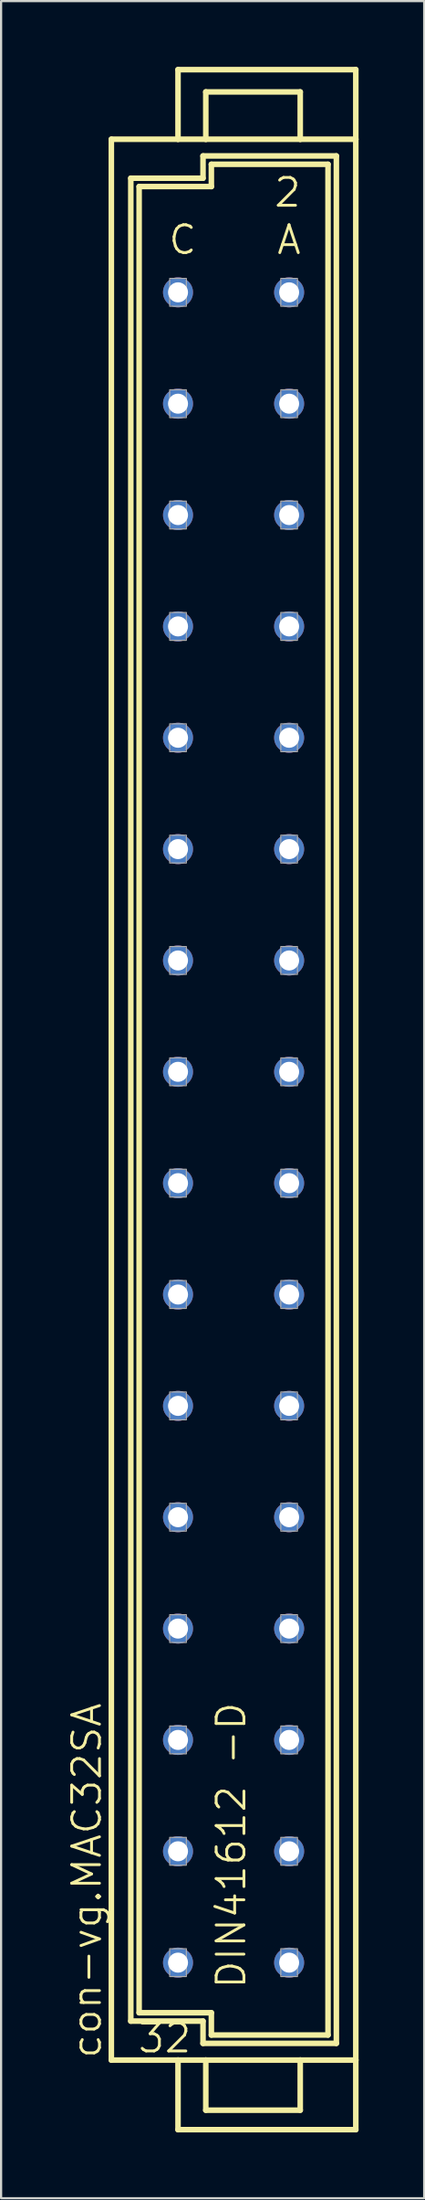
<source format=kicad_pcb>
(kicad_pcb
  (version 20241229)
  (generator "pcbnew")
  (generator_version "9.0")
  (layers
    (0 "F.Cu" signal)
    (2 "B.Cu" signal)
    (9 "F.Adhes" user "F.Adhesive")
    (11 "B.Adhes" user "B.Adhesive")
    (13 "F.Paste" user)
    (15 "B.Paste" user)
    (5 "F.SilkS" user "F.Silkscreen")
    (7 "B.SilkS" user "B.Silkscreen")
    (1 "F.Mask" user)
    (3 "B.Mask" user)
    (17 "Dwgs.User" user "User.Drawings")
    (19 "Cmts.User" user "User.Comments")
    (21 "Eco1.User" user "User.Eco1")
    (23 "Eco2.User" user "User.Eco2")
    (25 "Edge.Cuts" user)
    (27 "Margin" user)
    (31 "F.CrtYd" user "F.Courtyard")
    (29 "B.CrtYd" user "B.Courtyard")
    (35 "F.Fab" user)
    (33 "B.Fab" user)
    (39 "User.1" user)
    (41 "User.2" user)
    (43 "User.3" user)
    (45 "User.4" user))
  (footprint "con-vg.MAC32SA"
    (layer "F.Cu")
    (at 7.629 47.117)
    (property "Reference" "con-vg.MAC32SA" (at -5.969 43.815 90) (layer "F.SilkS") (effects (font (size 1.27 1.27) (thickness 0.13)) (justify left bottom)))
    (attr through_hole)
    (fp_line (start -5.588 -43.815) (end -2.54 -43.815) (stroke (width 0.254) (type default)) (layer "F.SilkS"))
    (fp_line (start -5.588 43.815) (end -5.588 -43.815) (stroke (width 0.254) (type default)) (layer "F.SilkS"))
    (fp_line (start -5.588 43.815) (end -2.54 43.815) (stroke (width 0.254) (type default)) (layer "F.SilkS"))
    (fp_line (start -4.699 -42.037) (end -4.699 42.037) (stroke (width 0.254) (type default)) (layer "F.SilkS"))
    (fp_line (start -4.699 42.037) (end -1.397 42.037) (stroke (width 0.254) (type default)) (layer "F.SilkS"))
    (fp_line (start -4.318 -41.656) (end -4.318 41.656) (stroke (width 0.254) (type default)) (layer "F.SilkS"))
    (fp_line (start -4.318 -41.656) (end -1.016 -41.656) (stroke (width 0.254) (type default)) (layer "F.SilkS"))
    (fp_line (start -4.318 41.656) (end -1.016 41.656) (stroke (width 0.254) (type default)) (layer "F.SilkS"))
    (fp_line (start -2.54 -46.99) (end -2.54 -43.815) (stroke (width 0.254) (type default)) (layer "F.SilkS"))
    (fp_line (start -2.54 -43.815) (end -1.27 -43.815) (stroke (width 0.254) (type default)) (layer "F.SilkS"))
    (fp_line (start -2.54 43.815) (end -2.54 46.99) (stroke (width 0.254) (type default)) (layer "F.SilkS"))
    (fp_line (start -2.54 43.815) (end -1.27 43.815) (stroke (width 0.254) (type default)) (layer "F.SilkS"))
    (fp_line (start -2.54 46.99) (end 5.588 46.99) (stroke (width 0.254) (type default)) (layer "F.SilkS"))
    (fp_line (start -1.397 -43.053) (end -1.397 -42.037) (stroke (width 0.254) (type default)) (layer "F.SilkS"))
    (fp_line (start -1.397 -42.037) (end -4.699 -42.037) (stroke (width 0.254) (type default)) (layer "F.SilkS"))
    (fp_line (start -1.397 42.037) (end -1.397 43.053) (stroke (width 0.254) (type default)) (layer "F.SilkS"))
    (fp_line (start -1.397 43.053) (end 4.699 43.053) (stroke (width 0.254) (type default)) (layer "F.SilkS"))
    (fp_line (start -1.27 -45.974) (end -1.27 -43.815) (stroke (width 0.254) (type default)) (layer "F.SilkS"))
    (fp_line (start -1.27 -45.974) (end 3.048 -45.974) (stroke (width 0.254) (type default)) (layer "F.SilkS"))
    (fp_line (start -1.27 -43.815) (end 3.048 -43.815) (stroke (width 0.254) (type default)) (layer "F.SilkS"))
    (fp_line (start -1.27 43.815) (end -1.27 46.101) (stroke (width 0.254) (type default)) (layer "F.SilkS"))
    (fp_line (start -1.27 43.815) (end 3.048 43.815) (stroke (width 0.254) (type default)) (layer "F.SilkS"))
    (fp_line (start -1.27 46.101) (end 3.048 46.101) (stroke (width 0.254) (type default)) (layer "F.SilkS"))
    (fp_line (start -1.016 -42.672) (end 4.318 -42.672) (stroke (width 0.254) (type default)) (layer "F.SilkS"))
    (fp_line (start -1.016 -41.656) (end -1.016 -42.672) (stroke (width 0.254) (type default)) (layer "F.SilkS"))
    (fp_line (start -1.016 41.656) (end -1.016 42.672) (stroke (width 0.254) (type default)) (layer "F.SilkS"))
    (fp_line (start -1.016 42.672) (end 4.318 42.672) (stroke (width 0.254) (type default)) (layer "F.SilkS"))
    (fp_line (start 3.048 -45.974) (end 3.048 -43.815) (stroke (width 0.254) (type default)) (layer "F.SilkS"))
    (fp_line (start 3.048 -43.815) (end 5.588 -43.815) (stroke (width 0.254) (type default)) (layer "F.SilkS"))
    (fp_line (start 3.048 43.815) (end 3.048 46.101) (stroke (width 0.254) (type default)) (layer "F.SilkS"))
    (fp_line (start 3.048 43.815) (end 5.588 43.815) (stroke (width 0.254) (type default)) (layer "F.SilkS"))
    (fp_line (start 4.318 -42.672) (end 4.318 42.672) (stroke (width 0.254) (type default)) (layer "F.SilkS"))
    (fp_line (start 4.699 -43.053) (end -1.397 -43.053) (stroke (width 0.254) (type default)) (layer "F.SilkS"))
    (fp_line (start 4.699 43.053) (end 4.699 -43.053) (stroke (width 0.254) (type default)) (layer "F.SilkS"))
    (fp_line (start 5.588 -46.99) (end -2.54 -46.99) (stroke (width 0.254) (type default)) (layer "F.SilkS"))
    (fp_line (start 5.588 -43.815) (end 5.588 -46.99) (stroke (width 0.254) (type default)) (layer "F.SilkS"))
    (fp_line (start 5.588 43.815) (end 5.588 -43.815) (stroke (width 0.254) (type default)) (layer "F.SilkS"))
    (fp_line (start 5.588 46.99) (end 5.588 43.815) (stroke (width 0.254) (type default)) (layer "F.SilkS"))
    (fp_rect (start -2.921 -36.195) (end -2.159 -37.465) (stroke (width 0.05) (type default)) (fill no) (layer "F.Fab"))
    (fp_rect (start -2.921 -31.115) (end -2.159 -32.385) (stroke (width 0.05) (type default)) (fill no) (layer "F.Fab"))
    (fp_rect (start -2.921 -26.035) (end -2.159 -27.305) (stroke (width 0.05) (type default)) (fill no) (layer "F.Fab"))
    (fp_rect (start -2.921 -20.955) (end -2.159 -22.225) (stroke (width 0.05) (type default)) (fill no) (layer "F.Fab"))
    (fp_rect (start -2.921 -15.875) (end -2.159 -17.145) (stroke (width 0.05) (type default)) (fill no) (layer "F.Fab"))
    (fp_rect (start -2.921 -10.795) (end -2.159 -12.065) (stroke (width 0.05) (type default)) (fill no) (layer "F.Fab"))
    (fp_rect (start -2.921 -5.715) (end -2.159 -6.985) (stroke (width 0.05) (type default)) (fill no) (layer "F.Fab"))
    (fp_rect (start -2.921 -0.635) (end -2.159 -1.905) (stroke (width 0.05) (type default)) (fill no) (layer "F.Fab"))
    (fp_rect (start -2.921 4.445) (end -2.159 3.175) (stroke (width 0.05) (type default)) (fill no) (layer "F.Fab"))
    (fp_rect (start -2.921 9.525) (end -2.159 8.255) (stroke (width 0.05) (type default)) (fill no) (layer "F.Fab"))
    (fp_rect (start -2.921 14.605) (end -2.159 13.335) (stroke (width 0.05) (type default)) (fill no) (layer "F.Fab"))
    (fp_rect (start -2.921 19.685) (end -2.159 18.415) (stroke (width 0.05) (type default)) (fill no) (layer "F.Fab"))
    (fp_rect (start -2.921 24.765) (end -2.159 23.495) (stroke (width 0.05) (type default)) (fill no) (layer "F.Fab"))
    (fp_rect (start -2.921 29.845) (end -2.159 28.575) (stroke (width 0.05) (type default)) (fill no) (layer "F.Fab"))
    (fp_rect (start -2.921 34.925) (end -2.159 33.655) (stroke (width 0.05) (type default)) (fill no) (layer "F.Fab"))
    (fp_rect (start -2.921 40.005) (end -2.159 38.735) (stroke (width 0.05) (type default)) (fill no) (layer "F.Fab"))
    (fp_rect (start 2.159 -36.195) (end 2.921 -37.465) (stroke (width 0.05) (type default)) (fill no) (layer "F.Fab"))
    (fp_rect (start 2.159 -31.115) (end 2.921 -32.385) (stroke (width 0.05) (type default)) (fill no) (layer "F.Fab"))
    (fp_rect (start 2.159 -26.035) (end 2.921 -27.305) (stroke (width 0.05) (type default)) (fill no) (layer "F.Fab"))
    (fp_rect (start 2.159 -20.955) (end 2.921 -22.225) (stroke (width 0.05) (type default)) (fill no) (layer "F.Fab"))
    (fp_rect (start 2.159 -15.875) (end 2.921 -17.145) (stroke (width 0.05) (type default)) (fill no) (layer "F.Fab"))
    (fp_rect (start 2.159 -10.795) (end 2.921 -12.065) (stroke (width 0.05) (type default)) (fill no) (layer "F.Fab"))
    (fp_rect (start 2.159 -5.715) (end 2.921 -6.985) (stroke (width 0.05) (type default)) (fill no) (layer "F.Fab"))
    (fp_rect (start 2.159 -0.635) (end 2.921 -1.905) (stroke (width 0.05) (type default)) (fill no) (layer "F.Fab"))
    (fp_rect (start 2.159 4.445) (end 2.921 3.175) (stroke (width 0.05) (type default)) (fill no) (layer "F.Fab"))
    (fp_rect (start 2.159 9.525) (end 2.921 8.255) (stroke (width 0.05) (type default)) (fill no) (layer "F.Fab"))
    (fp_rect (start 2.159 14.605) (end 2.921 13.335) (stroke (width 0.05) (type default)) (fill no) (layer "F.Fab"))
    (fp_rect (start 2.159 19.685) (end 2.921 18.415) (stroke (width 0.05) (type default)) (fill no) (layer "F.Fab"))
    (fp_rect (start 2.159 24.765) (end 2.921 23.495) (stroke (width 0.05) (type default)) (fill no) (layer "F.Fab"))
    (fp_rect (start 2.159 29.845) (end 2.921 28.575) (stroke (width 0.05) (type default)) (fill no) (layer "F.Fab"))
    (fp_rect (start 2.159 34.925) (end 2.921 33.655) (stroke (width 0.05) (type default)) (fill no) (layer "F.Fab"))
    (fp_rect (start 2.159 40.005) (end 2.921 38.735) (stroke (width 0.05) (type default)) (fill no) (layer "F.Fab"))
    (fp_text user "C" (at -3.048 -38.481 0) (layer "F.SilkS") (effects (font (size 1.27 1.27) (thickness 0.13)) (justify left bottom)))
    (fp_text user "DIN41612 -D" (at 0.635 40.64 90) (layer "F.SilkS") (effects (font (size 1.27 1.27) (thickness 0.13)) (justify left bottom)))
    (fp_text user "2" (at 1.778 -40.64 0) (layer "F.SilkS") (effects (font (size 1.27 1.27) (thickness 0.13)) (justify left bottom)))
    (fp_text user "32" (at -4.445 43.561 0) (layer "F.SilkS") (effects (font (size 1.27 1.27) (thickness 0.13)) (justify left bottom)))
    (fp_text user "A" (at 1.905 -38.481 0) (layer "F.SilkS") (effects (font (size 1.27 1.27) (thickness 0.13)) (justify left bottom)))
    (pad "A2" thru_hole circle (at 2.54 -36.83) (size 1.372 1.372) (drill 0.914) (layers "*.Cu" "*.Mask"))
    (pad "A4" thru_hole circle (at 2.54 -31.75) (size 1.372 1.372) (drill 0.914) (layers "*.Cu" "*.Mask"))
    (pad "A6" thru_hole circle (at 2.54 -26.67) (size 1.372 1.372) (drill 0.914) (layers "*.Cu" "*.Mask"))
    (pad "A8" thru_hole circle (at 2.54 -21.59) (size 1.372 1.372) (drill 0.914) (layers "*.Cu" "*.Mask"))
    (pad "A10" thru_hole circle (at 2.54 -16.51) (size 1.372 1.372) (drill 0.914) (layers "*.Cu" "*.Mask"))
    (pad "A12" thru_hole circle (at 2.54 -11.43) (size 1.372 1.372) (drill 0.914) (layers "*.Cu" "*.Mask"))
    (pad "A14" thru_hole circle (at 2.54 -6.35) (size 1.372 1.372) (drill 0.914) (layers "*.Cu" "*.Mask"))
    (pad "A16" thru_hole circle (at 2.54 -1.27) (size 1.372 1.372) (drill 0.914) (layers "*.Cu" "*.Mask"))
    (pad "A18" thru_hole circle (at 2.54 3.81) (size 1.372 1.372) (drill 0.914) (layers "*.Cu" "*.Mask"))
    (pad "A20" thru_hole circle (at 2.54 8.89) (size 1.372 1.372) (drill 0.914) (layers "*.Cu" "*.Mask"))
    (pad "A22" thru_hole circle (at 2.54 13.97) (size 1.372 1.372) (drill 0.914) (layers "*.Cu" "*.Mask"))
    (pad "A24" thru_hole circle (at 2.54 19.05) (size 1.372 1.372) (drill 0.914) (layers "*.Cu" "*.Mask"))
    (pad "A26" thru_hole circle (at 2.54 24.13) (size 1.372 1.372) (drill 0.914) (layers "*.Cu" "*.Mask"))
    (pad "A28" thru_hole circle (at 2.54 29.21) (size 1.372 1.372) (drill 0.914) (layers "*.Cu" "*.Mask"))
    (pad "A30" thru_hole circle (at 2.54 34.29) (size 1.372 1.372) (drill 0.914) (layers "*.Cu" "*.Mask"))
    (pad "A32" thru_hole circle (at 2.54 39.37) (size 1.372 1.372) (drill 0.914) (layers "*.Cu" "*.Mask"))
    (pad "C2" thru_hole circle (at -2.54 -36.83) (size 1.372 1.372) (drill 0.914) (layers "*.Cu" "*.Mask"))
    (pad "C4" thru_hole circle (at -2.54 -31.75) (size 1.372 1.372) (drill 0.914) (layers "*.Cu" "*.Mask"))
    (pad "C6" thru_hole circle (at -2.54 -26.67) (size 1.372 1.372) (drill 0.914) (layers "*.Cu" "*.Mask"))
    (pad "C8" thru_hole circle (at -2.54 -21.59) (size 1.372 1.372) (drill 0.914) (layers "*.Cu" "*.Mask"))
    (pad "C10" thru_hole circle (at -2.54 -16.51) (size 1.372 1.372) (drill 0.914) (layers "*.Cu" "*.Mask"))
    (pad "C12" thru_hole circle (at -2.54 -11.43) (size 1.372 1.372) (drill 0.914) (layers "*.Cu" "*.Mask"))
    (pad "C14" thru_hole circle (at -2.54 -6.35) (size 1.372 1.372) (drill 0.914) (layers "*.Cu" "*.Mask"))
    (pad "C16" thru_hole circle (at -2.54 -1.27) (size 1.372 1.372) (drill 0.914) (layers "*.Cu" "*.Mask"))
    (pad "C18" thru_hole circle (at -2.54 3.81) (size 1.372 1.372) (drill 0.914) (layers "*.Cu" "*.Mask"))
    (pad "C20" thru_hole circle (at -2.54 8.89) (size 1.372 1.372) (drill 0.914) (layers "*.Cu" "*.Mask"))
    (pad "C22" thru_hole circle (at -2.54 13.97) (size 1.372 1.372) (drill 0.914) (layers "*.Cu" "*.Mask"))
    (pad "C24" thru_hole circle (at -2.54 19.05) (size 1.372 1.372) (drill 0.914) (layers "*.Cu" "*.Mask"))
    (pad "C26" thru_hole circle (at -2.54 24.13) (size 1.372 1.372) (drill 0.914) (layers "*.Cu" "*.Mask"))
    (pad "C28" thru_hole circle (at -2.54 29.21) (size 1.372 1.372) (drill 0.914) (layers "*.Cu" "*.Mask"))
    (pad "C30" thru_hole circle (at -2.54 34.29) (size 1.372 1.372) (drill 0.914) (layers "*.Cu" "*.Mask"))
    (pad "C32" thru_hole circle (at -2.54 39.37) (size 1.372 1.372) (drill 0.914) (layers "*.Cu" "*.Mask")))
  (gr_rect
    (start -3 -3)
    (end 16.344 97.234)
    (stroke (width 0.1) (type default))
    (fill no)
    (layer "Edge.Cuts")))
</source>
